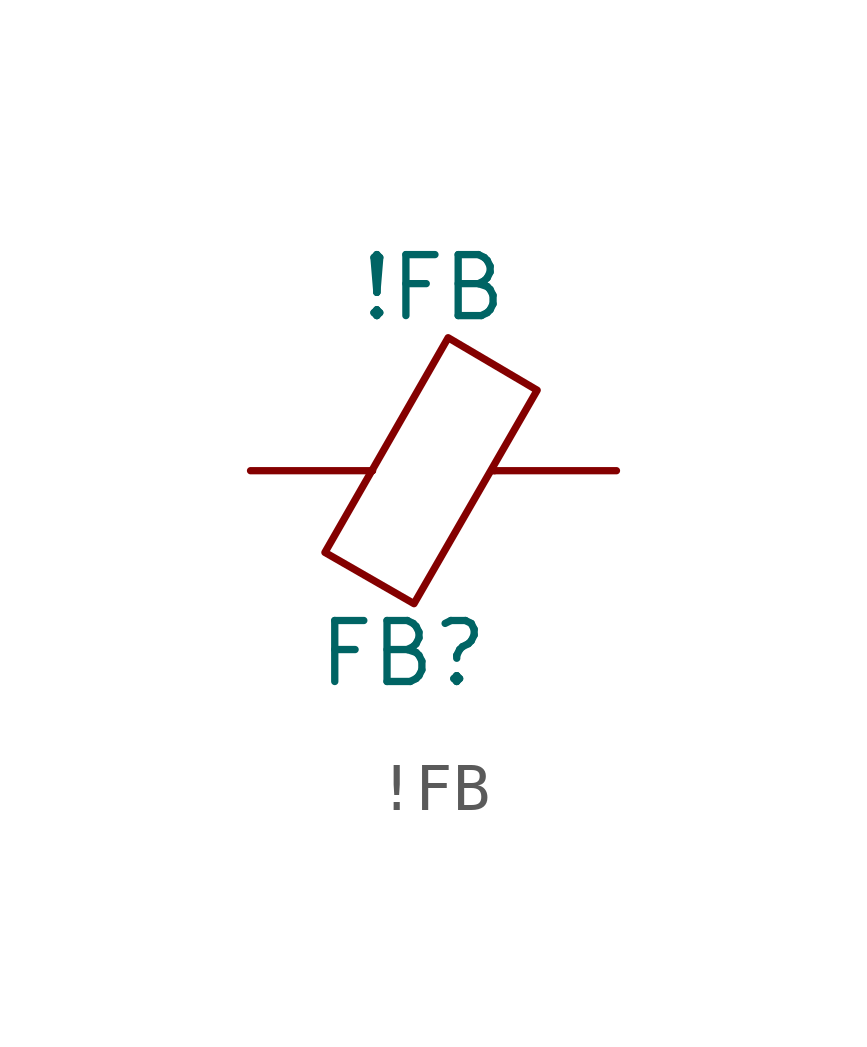
<source format=kicad_sym>
(kicad_symbol_lib
  (version 20241209)
  (generator "kicad_symbol_editor")
  (generator_version "9.0")
  (symbol "!FB"
    (pin_numbers
      (hide yes))
    (pin_names
      (offset 0))
    (property "Reference" "FB"
      (at 3.175 -3.81 0)
      (effects (font (size 1.27 1.27))))
    (property "Value" "!FB"
      (at 3.81 3.81 0)
      (effects (font (size 1.27 1.27))))
    (symbol "!FB_0_1"
      (polyline (pts (xy 2.54 0) (xy 2.515 0)) (stroke (width 0) (type default)) (fill (type none)))
      (polyline (pts (xy 3.404 -2.769) (xy 1.549 -1.702) (xy 4.115 2.769) (xy 5.969 1.676) (xy 3.404 -2.769)) (stroke (width 0) (type default)) (fill (type none)))
      (polyline (pts (xy 5.08 0) (xy 5.029 0)) (stroke (width 0) (type default)) (fill (type none))))
    (symbol "!FB_1_1"
      (pin passive line (at 0 0 0) (length 2.54) (name "~" (effects (font (size 1.27 1.27)))) (number "1" (effects (font (size 1.27 1.27)))))
      (pin passive line (at 7.62 0 180) (length 2.54) (name "~" (effects (font (size 1.27 1.27)))) (number "2" (effects (font (size 1.27 1.27))))))))
</source>
